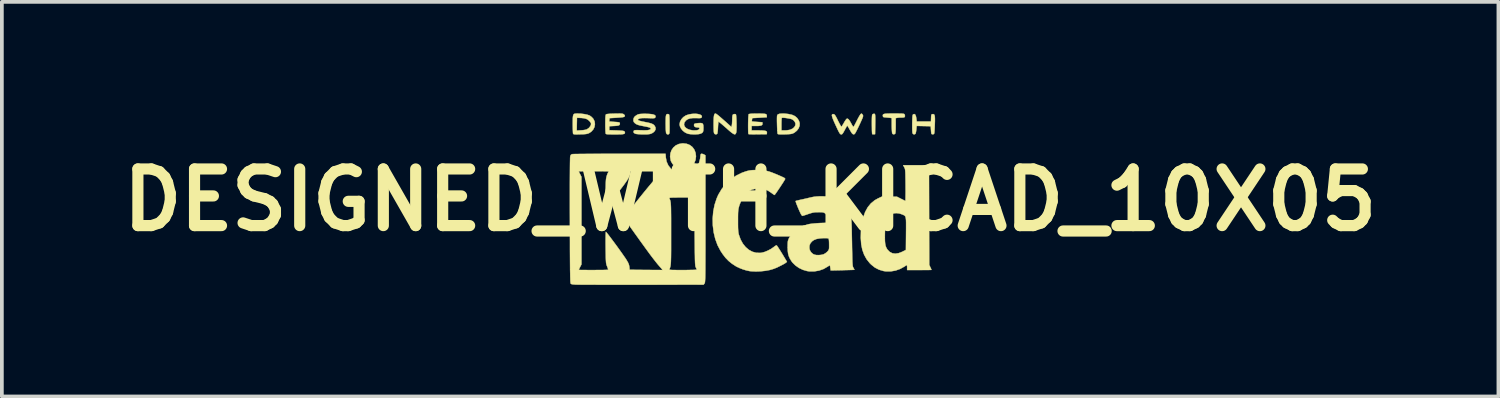
<source format=kicad_pcb>
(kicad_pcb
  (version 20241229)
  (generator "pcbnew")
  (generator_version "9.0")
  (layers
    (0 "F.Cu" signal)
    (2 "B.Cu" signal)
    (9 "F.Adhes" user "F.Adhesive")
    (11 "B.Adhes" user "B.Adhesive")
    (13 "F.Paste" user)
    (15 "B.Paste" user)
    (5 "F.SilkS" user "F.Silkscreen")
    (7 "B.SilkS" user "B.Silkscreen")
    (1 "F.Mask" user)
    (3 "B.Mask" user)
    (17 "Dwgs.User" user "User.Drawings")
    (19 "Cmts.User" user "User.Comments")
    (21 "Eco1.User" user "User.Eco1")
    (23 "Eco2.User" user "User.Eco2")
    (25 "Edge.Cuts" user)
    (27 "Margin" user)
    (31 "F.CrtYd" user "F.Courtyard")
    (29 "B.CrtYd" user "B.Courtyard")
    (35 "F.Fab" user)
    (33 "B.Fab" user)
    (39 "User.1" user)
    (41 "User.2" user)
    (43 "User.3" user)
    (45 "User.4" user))
  (footprint "DESIGNED_WITH_KICAD_10X05"
    (layer "F.Cu")
    (at 17.134 2.331)
    (property "Reference" "DESIGNED_WITH_KICAD_10X05" (at 0 0 0) (layer "F.SilkS") (effects (font (size 1.524 1.524) (thickness 0.3))))
    (attr through_hole)
    (fp_poly (pts (xy 3.348 -2.318) (xy 3.355 -2.312) (xy 3.361 -2.3) (xy 3.364 -2.277) (xy 3.366 -2.24) (xy 3.367 -2.186) (xy 3.367 -2.111) (xy 3.366 -2.04) (xy 3.362 -1.771) (xy 3.328 -1.767) (xy 3.299 -1.768) (xy 3.285 -1.773) (xy 3.282 -1.789) (xy 3.279 -1.827) (xy 3.277 -1.883) (xy 3.276 -1.954) (xy 3.275 -2.033) (xy 3.275 -2.04) (xy 3.275 -2.13) (xy 3.276 -2.196) (xy 3.278 -2.243) (xy 3.281 -2.275) (xy 3.285 -2.294) (xy 3.292 -2.305) (xy 3.3 -2.312) (xy 3.301 -2.312) (xy 3.331 -2.32) (xy 3.348 -2.318)) (stroke (width 0.01) (type solid)) (fill yes) (layer "F.SilkS"))
    (fp_poly (pts (xy -1.707 -1.512) (xy -1.622 -1.478) (xy -1.552 -1.424) (xy -1.5 -1.352) (xy -1.468 -1.266) (xy -1.457 -1.176) (xy -1.469 -1.079) (xy -1.503 -0.994) (xy -1.557 -0.925) (xy -1.628 -0.872) (xy -1.715 -0.84) (xy -1.807 -0.829) (xy -1.866 -0.832) (xy -1.914 -0.843) (xy -1.965 -0.865) (xy -1.967 -0.866) (xy -2.035 -0.913) (xy -2.092 -0.975) (xy -2.13 -1.043) (xy -2.138 -1.066) (xy -2.154 -1.165) (xy -2.145 -1.257) (xy -2.115 -1.34) (xy -2.066 -1.412) (xy -2.001 -1.468) (xy -1.92 -1.506) (xy -1.827 -1.523) (xy -1.805 -1.524) (xy -1.707 -1.512)) (stroke (width 0.01) (type solid)) (fill yes) (layer "F.SilkS"))
    (fp_poly (pts (xy -2.205 -2.311) (xy -2.203 -2.31) (xy -2.192 -2.308) (xy -2.184 -2.303) (xy -2.178 -2.29) (xy -2.175 -2.267) (xy -2.172 -2.229) (xy -2.17 -2.173) (xy -2.169 -2.096) (xy -2.169 -2.065) (xy -2.168 -1.986) (xy -2.168 -1.914) (xy -2.169 -1.855) (xy -2.17 -1.813) (xy -2.172 -1.795) (xy -2.189 -1.77) (xy -2.215 -1.763) (xy -2.242 -1.774) (xy -2.26 -1.799) (xy -2.264 -1.823) (xy -2.268 -1.869) (xy -2.271 -1.932) (xy -2.272 -2.005) (xy -2.273 -2.058) (xy -2.272 -2.148) (xy -2.27 -2.214) (xy -2.266 -2.261) (xy -2.258 -2.29) (xy -2.246 -2.306) (xy -2.228 -2.312) (xy -2.205 -2.311)) (stroke (width 0.01) (type solid)) (fill yes) (layer "F.SilkS"))
    (fp_poly (pts (xy 3.963 -2.326) (xy 4.032 -2.325) (xy 4.081 -2.324) (xy 4.115 -2.321) (xy 4.136 -2.317) (xy 4.148 -2.311) (xy 4.155 -2.303) (xy 4.158 -2.299) (xy 4.166 -2.266) (xy 4.164 -2.245) (xy 4.155 -2.23) (xy 4.136 -2.222) (xy 4.1 -2.219) (xy 4.078 -2.219) (xy 4.027 -2.218) (xy 3.98 -2.214) (xy 3.959 -2.211) (xy 3.917 -2.202) (xy 3.917 -2) (xy 3.916 -1.908) (xy 3.913 -1.843) (xy 3.908 -1.8) (xy 3.901 -1.781) (xy 3.901 -1.781) (xy 3.871 -1.766) (xy 3.84 -1.773) (xy 3.824 -1.79) (xy 3.819 -1.813) (xy 3.815 -1.857) (xy 3.812 -1.917) (xy 3.81 -1.987) (xy 3.81 -2.01) (xy 3.81 -2.204) (xy 3.753 -2.212) (xy 3.701 -2.217) (xy 3.645 -2.222) (xy 3.636 -2.223) (xy 3.598 -2.227) (xy 3.579 -2.236) (xy 3.572 -2.255) (xy 3.572 -2.257) (xy 3.57 -2.279) (xy 3.574 -2.296) (xy 3.586 -2.308) (xy 3.61 -2.316) (xy 3.649 -2.322) (xy 3.706 -2.325) (xy 3.784 -2.326) (xy 3.871 -2.326) (xy 3.963 -2.326)) (stroke (width 0.01) (type solid)) (fill yes) (layer "F.SilkS"))
    (fp_poly (pts (xy 4.442 -2.298) (xy 4.46 -2.257) (xy 4.471 -2.201) (xy 4.483 -2.112) (xy 4.865 -2.112) (xy 4.869 -2.209) (xy 4.871 -2.259) (xy 4.876 -2.288) (xy 4.884 -2.303) (xy 4.898 -2.309) (xy 4.909 -2.31) (xy 4.932 -2.31) (xy 4.949 -2.302) (xy 4.961 -2.282) (xy 4.969 -2.247) (xy 4.972 -2.195) (xy 4.972 -2.122) (xy 4.969 -2.033) (xy 4.966 -1.957) (xy 4.963 -1.889) (xy 4.959 -1.835) (xy 4.955 -1.799) (xy 4.952 -1.787) (xy 4.933 -1.769) (xy 4.908 -1.767) (xy 4.89 -1.771) (xy 4.879 -1.78) (xy 4.873 -1.8) (xy 4.869 -1.837) (xy 4.866 -1.878) (xy 4.859 -1.985) (xy 4.481 -1.993) (xy 4.472 -1.895) (xy 4.465 -1.845) (xy 4.457 -1.805) (xy 4.449 -1.782) (xy 4.449 -1.781) (xy 4.422 -1.766) (xy 4.391 -1.771) (xy 4.372 -1.791) (xy 4.366 -1.816) (xy 4.363 -1.864) (xy 4.361 -1.935) (xy 4.361 -2.024) (xy 4.361 -2.054) (xy 4.363 -2.14) (xy 4.365 -2.203) (xy 4.368 -2.247) (xy 4.372 -2.275) (xy 4.377 -2.293) (xy 4.385 -2.302) (xy 4.388 -2.305) (xy 4.418 -2.313) (xy 4.442 -2.298)) (stroke (width 0.01) (type solid)) (fill yes) (layer "F.SilkS"))
    (fp_poly (pts (xy 0.277 -2.324) (xy 0.337 -2.322) (xy 0.386 -2.319) (xy 0.414 -2.314) (xy 0.44 -2.3) (xy 0.448 -2.273) (xy 0.448 -2.265) (xy 0.448 -2.226) (xy 0.252 -2.214) (xy 0.056 -2.203) (xy 0.05 -2.161) (xy 0.046 -2.131) (xy 0.047 -2.115) (xy 0.047 -2.115) (xy 0.061 -2.112) (xy 0.096 -2.109) (xy 0.146 -2.104) (xy 0.189 -2.101) (xy 0.328 -2.092) (xy 0.332 -2.055) (xy 0.329 -2.029) (xy 0.312 -2.011) (xy 0.277 -1.999) (xy 0.221 -1.993) (xy 0.153 -1.992) (xy 0.04 -1.992) (xy 0.04 -1.872) (xy 0.213 -1.872) (xy 0.301 -1.871) (xy 0.366 -1.867) (xy 0.41 -1.86) (xy 0.437 -1.849) (xy 0.45 -1.833) (xy 0.452 -1.81) (xy 0.452 -1.808) (xy 0.448 -1.771) (xy 0.206 -1.768) (xy 0.129 -1.767) (xy 0.06 -1.767) (xy 0.006 -1.769) (xy -0.031 -1.771) (xy -0.044 -1.773) (xy -0.049 -1.791) (xy -0.052 -1.83) (xy -0.053 -1.885) (xy -0.054 -1.952) (xy -0.054 -2.025) (xy -0.053 -2.099) (xy -0.051 -2.17) (xy -0.048 -2.231) (xy -0.044 -2.278) (xy -0.04 -2.305) (xy -0.037 -2.31) (xy -0.019 -2.315) (xy 0.02 -2.32) (xy 0.075 -2.323) (xy 0.14 -2.325) (xy 0.209 -2.325) (xy 0.277 -2.324)) (stroke (width 0.01) (type solid)) (fill yes) (layer "F.SilkS"))
    (fp_poly (pts (xy -4.552 -2.322) (xy -4.462 -2.311) (xy -4.384 -2.295) (xy -4.325 -2.275) (xy -4.314 -2.269) (xy -4.272 -2.239) (xy -4.232 -2.199) (xy -4.218 -2.181) (xy -4.185 -2.113) (xy -4.176 -2.039) (xy -4.188 -1.966) (xy -4.221 -1.898) (xy -4.273 -1.84) (xy -4.324 -1.805) (xy -4.354 -1.791) (xy -4.383 -1.782) (xy -4.417 -1.775) (xy -4.462 -1.771) (xy -4.525 -1.768) (xy -4.573 -1.767) (xy -4.647 -1.765) (xy -4.698 -1.765) (xy -4.732 -1.767) (xy -4.751 -1.772) (xy -4.761 -1.779) (xy -4.764 -1.785) (xy -4.767 -1.805) (xy -4.769 -1.847) (xy -4.77 -1.868) (xy -4.666 -1.868) (xy -4.549 -1.875) (xy -4.486 -1.88) (xy -4.432 -1.889) (xy -4.395 -1.9) (xy -4.391 -1.902) (xy -4.335 -1.942) (xy -4.297 -1.991) (xy -4.283 -2.028) (xy -4.281 -2.056) (xy -4.291 -2.082) (xy -4.317 -2.115) (xy -4.323 -2.122) (xy -4.363 -2.158) (xy -4.409 -2.183) (xy -4.467 -2.199) (xy -4.544 -2.207) (xy -4.565 -2.208) (xy -4.659 -2.212) (xy -4.663 -2.04) (xy -4.666 -1.868) (xy -4.77 -1.868) (xy -4.771 -1.906) (xy -4.772 -1.978) (xy -4.773 -2.046) (xy -4.772 -2.139) (xy -4.771 -2.209) (xy -4.766 -2.259) (xy -4.757 -2.292) (xy -4.742 -2.312) (xy -4.72 -2.322) (xy -4.689 -2.325) (xy -4.648 -2.326) (xy -4.552 -2.322)) (stroke (width 0.01) (type solid)) (fill yes) (layer "F.SilkS"))
    (fp_poly (pts (xy 0.928 -2.324) (xy 1.022 -2.314) (xy 1.033 -2.312) (xy 1.13 -2.291) (xy 1.206 -2.256) (xy 1.265 -2.205) (xy 1.311 -2.136) (xy 1.333 -2.067) (xy 1.33 -1.997) (xy 1.304 -1.928) (xy 1.257 -1.865) (xy 1.191 -1.812) (xy 1.17 -1.801) (xy 1.143 -1.788) (xy 1.114 -1.78) (xy 1.075 -1.774) (xy 1.021 -1.77) (xy 0.947 -1.767) (xy 0.934 -1.767) (xy 0.857 -1.766) (xy 0.802 -1.766) (xy 0.767 -1.769) (xy 0.747 -1.774) (xy 0.74 -1.78) (xy 0.736 -1.799) (xy 0.732 -1.839) (xy 0.729 -1.898) (xy 0.726 -1.969) (xy 0.724 -2.038) (xy 0.842 -2.038) (xy 0.842 -1.872) (xy 0.927 -1.872) (xy 0.986 -1.875) (xy 1.046 -1.884) (xy 1.078 -1.891) (xy 1.146 -1.922) (xy 1.193 -1.967) (xy 1.216 -2.01) (xy 1.22 -2.056) (xy 1.202 -2.104) (xy 1.166 -2.146) (xy 1.132 -2.169) (xy 1.101 -2.181) (xy 1.054 -2.191) (xy 0.999 -2.201) (xy 0.944 -2.209) (xy 0.896 -2.213) (xy 0.862 -2.212) (xy 0.852 -2.21) (xy 0.848 -2.195) (xy 0.845 -2.159) (xy 0.843 -2.107) (xy 0.842 -2.043) (xy 0.842 -2.038) (xy 0.724 -2.038) (xy 0.724 -2.04) (xy 0.722 -2.126) (xy 0.722 -2.189) (xy 0.723 -2.234) (xy 0.725 -2.263) (xy 0.73 -2.282) (xy 0.737 -2.293) (xy 0.746 -2.302) (xy 0.75 -2.304) (xy 0.789 -2.319) (xy 0.849 -2.325) (xy 0.928 -2.324)) (stroke (width 0.01) (type solid)) (fill yes) (layer "F.SilkS"))
    (fp_poly (pts (xy -0.918 -2.32) (xy -0.891 -2.302) (xy -0.849 -2.269) (xy -0.793 -2.221) (xy -0.72 -2.157) (xy -0.648 -2.094) (xy -0.501 -1.962) (xy -0.492 -2.014) (xy -0.487 -2.053) (xy -0.484 -2.107) (xy -0.482 -2.166) (xy -0.482 -2.173) (xy -0.48 -2.232) (xy -0.474 -2.275) (xy -0.465 -2.297) (xy -0.441 -2.309) (xy -0.411 -2.312) (xy -0.387 -2.307) (xy -0.383 -2.303) (xy -0.378 -2.282) (xy -0.374 -2.24) (xy -0.37 -2.182) (xy -0.368 -2.114) (xy -0.366 -2.043) (xy -0.366 -1.972) (xy -0.367 -1.909) (xy -0.369 -1.858) (xy -0.372 -1.825) (xy -0.373 -1.821) (xy -0.383 -1.792) (xy -0.396 -1.773) (xy -0.413 -1.766) (xy -0.438 -1.773) (xy -0.473 -1.794) (xy -0.521 -1.83) (xy -0.583 -1.883) (xy -0.647 -1.94) (xy -0.708 -1.993) (xy -0.761 -2.039) (xy -0.805 -2.075) (xy -0.836 -2.099) (xy -0.851 -2.108) (xy -0.851 -2.108) (xy -0.855 -2.092) (xy -0.859 -2.055) (xy -0.863 -2.003) (xy -0.866 -1.949) (xy -0.869 -1.887) (xy -0.875 -1.834) (xy -0.881 -1.797) (xy -0.886 -1.781) (xy -0.913 -1.766) (xy -0.945 -1.771) (xy -0.964 -1.787) (xy -0.971 -1.802) (xy -0.977 -1.831) (xy -0.98 -1.877) (xy -0.982 -1.942) (xy -0.983 -2.031) (xy -0.983 -2.037) (xy -0.982 -2.136) (xy -0.979 -2.211) (xy -0.973 -2.265) (xy -0.964 -2.3) (xy -0.952 -2.32) (xy -0.935 -2.326) (xy -0.933 -2.326) (xy -0.918 -2.32)) (stroke (width 0.01) (type solid)) (fill yes) (layer "F.SilkS"))
    (fp_poly (pts (xy -1.43 -2.317) (xy -1.374 -2.306) (xy -1.331 -2.29) (xy -1.304 -2.268) (xy -1.298 -2.241) (xy -1.305 -2.223) (xy -1.315 -2.211) (xy -1.333 -2.205) (xy -1.364 -2.202) (xy -1.414 -2.203) (xy -1.446 -2.204) (xy -1.541 -2.204) (xy -1.616 -2.195) (xy -1.674 -2.175) (xy -1.721 -2.145) (xy -1.734 -2.132) (xy -1.769 -2.084) (xy -1.779 -2.035) (xy -1.768 -1.988) (xy -1.736 -1.946) (xy -1.685 -1.912) (xy -1.619 -1.887) (xy -1.539 -1.873) (xy -1.499 -1.872) (xy -1.431 -1.876) (xy -1.386 -1.891) (xy -1.365 -1.914) (xy -1.364 -1.925) (xy -1.369 -1.943) (xy -1.388 -1.951) (xy -1.411 -1.952) (xy -1.466 -1.959) (xy -1.5 -1.979) (xy -1.511 -2.012) (xy -1.508 -2.034) (xy -1.498 -2.049) (xy -1.475 -2.058) (xy -1.433 -2.064) (xy -1.4 -2.068) (xy -1.337 -2.071) (xy -1.295 -2.066) (xy -1.271 -2.047) (xy -1.26 -2.01) (xy -1.257 -1.953) (xy -1.257 -1.94) (xy -1.259 -1.879) (xy -1.267 -1.838) (xy -1.285 -1.811) (xy -1.316 -1.792) (xy -1.349 -1.78) (xy -1.394 -1.771) (xy -1.456 -1.767) (xy -1.526 -1.766) (xy -1.596 -1.77) (xy -1.656 -1.778) (xy -1.684 -1.785) (xy -1.752 -1.817) (xy -1.812 -1.864) (xy -1.859 -1.922) (xy -1.89 -1.985) (xy -1.898 -2.037) (xy -1.886 -2.104) (xy -1.851 -2.17) (xy -1.799 -2.228) (xy -1.734 -2.272) (xy -1.705 -2.284) (xy -1.636 -2.305) (xy -1.565 -2.316) (xy -1.495 -2.32) (xy -1.43 -2.317)) (stroke (width 0.01) (type solid)) (fill yes) (layer "F.SilkS"))
    (fp_poly (pts (xy -3.463 -2.324) (xy -3.435 -2.321) (xy -3.416 -2.315) (xy -3.401 -2.306) (xy -3.395 -2.301) (xy -3.373 -2.279) (xy -3.372 -2.26) (xy -3.377 -2.25) (xy -3.386 -2.24) (xy -3.404 -2.233) (xy -3.433 -2.227) (xy -3.478 -2.222) (xy -3.544 -2.217) (xy -3.586 -2.214) (xy -3.781 -2.202) (xy -3.787 -2.161) (xy -3.79 -2.13) (xy -3.79 -2.115) (xy -3.79 -2.115) (xy -3.776 -2.112) (xy -3.741 -2.109) (xy -3.691 -2.104) (xy -3.648 -2.101) (xy -3.585 -2.097) (xy -3.545 -2.092) (xy -3.521 -2.086) (xy -3.51 -2.078) (xy -3.506 -2.065) (xy -3.506 -2.038) (xy -3.517 -2.018) (xy -3.542 -2.005) (xy -3.586 -1.997) (xy -3.653 -1.992) (xy -3.659 -1.992) (xy -3.79 -1.985) (xy -3.79 -1.878) (xy -3.592 -1.872) (xy -3.51 -1.868) (xy -3.451 -1.864) (xy -3.41 -1.858) (xy -3.386 -1.848) (xy -3.374 -1.835) (xy -3.369 -1.817) (xy -3.369 -1.811) (xy -3.372 -1.795) (xy -3.383 -1.783) (xy -3.405 -1.775) (xy -3.442 -1.769) (xy -3.497 -1.766) (xy -3.573 -1.765) (xy -3.639 -1.765) (xy -3.725 -1.765) (xy -3.788 -1.766) (xy -3.832 -1.768) (xy -3.86 -1.771) (xy -3.876 -1.776) (xy -3.885 -1.783) (xy -3.887 -1.788) (xy -3.89 -1.809) (xy -3.893 -1.851) (xy -3.895 -1.911) (xy -3.897 -1.982) (xy -3.897 -2.048) (xy -3.896 -2.141) (xy -3.895 -2.21) (xy -3.891 -2.258) (xy -3.886 -2.288) (xy -3.88 -2.302) (xy -3.863 -2.31) (xy -3.827 -2.315) (xy -3.77 -2.32) (xy -3.69 -2.323) (xy -3.645 -2.324) (xy -3.564 -2.325) (xy -3.504 -2.326) (xy -3.463 -2.324)) (stroke (width 0.01) (type solid)) (fill yes) (layer "F.SilkS"))
    (fp_poly (pts (xy -2.717 -2.316) (xy -2.638 -2.308) (xy -2.583 -2.293) (xy -2.552 -2.273) (xy -2.544 -2.245) (xy -2.553 -2.22) (xy -2.56 -2.21) (xy -2.573 -2.204) (xy -2.596 -2.2) (xy -2.634 -2.199) (xy -2.69 -2.201) (xy -2.744 -2.203) (xy -2.841 -2.205) (xy -2.913 -2.203) (xy -2.962 -2.196) (xy -2.972 -2.193) (xy -3.01 -2.177) (xy -3.022 -2.16) (xy -3.007 -2.144) (xy -2.966 -2.128) (xy -2.899 -2.111) (xy -2.867 -2.105) (xy -2.775 -2.087) (xy -2.706 -2.071) (xy -2.655 -2.056) (xy -2.618 -2.039) (xy -2.591 -2.021) (xy -2.575 -2.004) (xy -2.547 -1.954) (xy -2.544 -1.904) (xy -2.566 -1.856) (xy -2.611 -1.813) (xy -2.653 -1.79) (xy -2.682 -1.779) (xy -2.718 -1.772) (xy -2.765 -1.767) (xy -2.829 -1.766) (xy -2.874 -1.766) (xy -2.945 -1.767) (xy -3.009 -1.771) (xy -3.059 -1.776) (xy -3.088 -1.782) (xy -3.125 -1.803) (xy -3.14 -1.831) (xy -3.13 -1.862) (xy -3.128 -1.866) (xy -3.116 -1.874) (xy -3.096 -1.878) (xy -3.061 -1.88) (xy -3.008 -1.879) (xy -2.942 -1.876) (xy -2.838 -1.874) (xy -2.759 -1.878) (xy -2.705 -1.889) (xy -2.678 -1.907) (xy -2.674 -1.92) (xy -2.679 -1.934) (xy -2.696 -1.946) (xy -2.729 -1.958) (xy -2.782 -1.97) (xy -2.855 -1.985) (xy -2.935 -2) (xy -2.994 -2.014) (xy -3.037 -2.029) (xy -3.071 -2.045) (xy -3.099 -2.066) (xy -3.102 -2.068) (xy -3.131 -2.1) (xy -3.141 -2.137) (xy -3.142 -2.151) (xy -3.133 -2.204) (xy -3.103 -2.248) (xy -3.051 -2.285) (xy -3.044 -2.289) (xy -3.016 -2.302) (xy -2.988 -2.31) (xy -2.951 -2.315) (xy -2.901 -2.318) (xy -2.831 -2.319) (xy -2.821 -2.319) (xy -2.717 -2.316)) (stroke (width 0.01) (type solid)) (fill yes) (layer "F.SilkS"))
    (fp_poly (pts (xy 3.006 -2.32) (xy 3.022 -2.302) (xy 3.036 -2.28) (xy 3.039 -2.259) (xy 3.031 -2.227) (xy 3.027 -2.217) (xy 3.015 -2.186) (xy 2.993 -2.137) (xy 2.965 -2.075) (xy 2.932 -2.005) (xy 2.912 -1.963) (xy 2.876 -1.889) (xy 2.849 -1.836) (xy 2.83 -1.801) (xy 2.814 -1.78) (xy 2.802 -1.77) (xy 2.789 -1.767) (xy 2.782 -1.767) (xy 2.762 -1.774) (xy 2.742 -1.792) (xy 2.719 -1.825) (xy 2.688 -1.878) (xy 2.685 -1.882) (xy 2.658 -1.931) (xy 2.635 -1.97) (xy 2.62 -1.995) (xy 2.616 -2) (xy 2.608 -1.992) (xy 2.59 -1.965) (xy 2.566 -1.923) (xy 2.547 -1.886) (xy 2.516 -1.83) (xy 2.494 -1.793) (xy 2.476 -1.773) (xy 2.46 -1.765) (xy 2.452 -1.765) (xy 2.433 -1.769) (xy 2.415 -1.786) (xy 2.394 -1.819) (xy 2.375 -1.855) (xy 2.351 -1.904) (xy 2.321 -1.969) (xy 2.288 -2.04) (xy 2.26 -2.102) (xy 2.227 -2.18) (xy 2.207 -2.238) (xy 2.199 -2.277) (xy 2.204 -2.3) (xy 2.222 -2.31) (xy 2.244 -2.31) (xy 2.259 -2.306) (xy 2.274 -2.294) (xy 2.291 -2.272) (xy 2.313 -2.235) (xy 2.342 -2.179) (xy 2.361 -2.139) (xy 2.392 -2.079) (xy 2.419 -2.028) (xy 2.44 -1.991) (xy 2.452 -1.973) (xy 2.454 -1.972) (xy 2.466 -1.983) (xy 2.485 -2.012) (xy 2.511 -2.054) (xy 2.52 -2.071) (xy 2.548 -2.119) (xy 2.574 -2.157) (xy 2.593 -2.181) (xy 2.597 -2.184) (xy 2.619 -2.189) (xy 2.644 -2.174) (xy 2.674 -2.138) (xy 2.709 -2.078) (xy 2.72 -2.058) (xy 2.744 -2.014) (xy 2.764 -1.982) (xy 2.777 -1.966) (xy 2.778 -1.965) (xy 2.788 -1.976) (xy 2.806 -2.007) (xy 2.831 -2.054) (xy 2.86 -2.111) (xy 2.868 -2.127) (xy 2.899 -2.188) (xy 2.929 -2.243) (xy 2.954 -2.284) (xy 2.97 -2.308) (xy 2.972 -2.31) (xy 2.991 -2.324) (xy 3.006 -2.32)) (stroke (width 0.01) (type solid)) (fill yes) (layer "F.SilkS"))
    (fp_poly (pts (xy 4.819 1.745) (xy 4.849 1.81) (xy 4.866 1.847) (xy 4.877 1.873) (xy 4.879 1.88) (xy 4.867 1.881) (xy 4.831 1.883) (xy 4.775 1.884) (xy 4.704 1.884) (xy 4.621 1.885) (xy 4.552 1.885) (xy 4.224 1.885) (xy 4.224 1.818) (xy 4.223 1.78) (xy 4.22 1.756) (xy 4.217 1.751) (xy 4.202 1.758) (xy 4.174 1.776) (xy 4.15 1.792) (xy 4.036 1.855) (xy 3.912 1.899) (xy 3.783 1.921) (xy 3.655 1.921) (xy 3.589 1.911) (xy 3.467 1.875) (xy 3.357 1.818) (xy 3.257 1.738) (xy 3.217 1.698) (xy 3.132 1.591) (xy 3.067 1.472) (xy 3.019 1.34) (xy 2.989 1.192) (xy 2.977 1.027) (xy 2.977 1.016) (xy 3.625 1.016) (xy 3.627 1.104) (xy 3.633 1.173) (xy 3.644 1.23) (xy 3.661 1.277) (xy 3.684 1.318) (xy 3.699 1.34) (xy 3.757 1.398) (xy 3.826 1.433) (xy 3.906 1.444) (xy 3.995 1.431) (xy 4.091 1.394) (xy 4.099 1.39) (xy 4.191 1.343) (xy 4.195 0.903) (xy 4.196 0.78) (xy 4.196 0.68) (xy 4.196 0.601) (xy 4.194 0.54) (xy 4.189 0.494) (xy 4.182 0.462) (xy 4.172 0.438) (xy 4.157 0.422) (xy 4.138 0.409) (xy 4.114 0.398) (xy 4.086 0.386) (xy 4.012 0.362) (xy 3.934 0.353) (xy 3.862 0.36) (xy 3.803 0.381) (xy 3.794 0.386) (xy 3.738 0.437) (xy 3.692 0.506) (xy 3.659 0.585) (xy 3.649 0.619) (xy 3.641 0.656) (xy 3.635 0.702) (xy 3.631 0.761) (xy 3.628 0.84) (xy 3.626 0.906) (xy 3.625 1.016) (xy 2.977 1.016) (xy 2.981 0.842) (xy 2.982 0.827) (xy 3.004 0.637) (xy 3.042 0.469) (xy 3.095 0.322) (xy 3.164 0.196) (xy 3.249 0.092) (xy 3.35 0.009) (xy 3.431 -0.037) (xy 3.536 -0.087) (xy 3.952 -0.087) (xy 4.058 -0.033) (xy 4.107 -0.009) (xy 4.146 0.011) (xy 4.171 0.023) (xy 4.175 0.025) (xy 4.178 0.013) (xy 4.18 -0.022) (xy 4.181 -0.078) (xy 4.182 -0.151) (xy 4.183 -0.238) (xy 4.182 -0.337) (xy 4.182 -0.396) (xy 4.181 -0.514) (xy 4.179 -0.609) (xy 4.178 -0.683) (xy 4.176 -0.74) (xy 4.173 -0.782) (xy 4.17 -0.813) (xy 4.165 -0.837) (xy 4.159 -0.855) (xy 4.151 -0.871) (xy 4.147 -0.879) (xy 4.117 -0.936) (xy 4.812 -0.936) (xy 4.819 1.745)) (stroke (width 0.01) (type solid)) (fill yes) (layer "F.SilkS"))
    (fp_poly (pts (xy 0.257 -0.806) (xy 0.325 -0.802) (xy 0.389 -0.794) (xy 0.453 -0.781) (xy 0.521 -0.762) (xy 0.597 -0.735) (xy 0.686 -0.699) (xy 0.793 -0.654) (xy 0.866 -0.621) (xy 0.913 -0.599) (xy 0.937 -0.581) (xy 0.943 -0.566) (xy 0.942 -0.563) (xy 0.932 -0.544) (xy 0.91 -0.508) (xy 0.88 -0.46) (xy 0.843 -0.404) (xy 0.804 -0.344) (xy 0.764 -0.285) (xy 0.727 -0.23) (xy 0.695 -0.184) (xy 0.671 -0.151) (xy 0.658 -0.135) (xy 0.657 -0.134) (xy 0.642 -0.141) (xy 0.613 -0.161) (xy 0.574 -0.189) (xy 0.568 -0.194) (xy 0.483 -0.25) (xy 0.402 -0.285) (xy 0.315 -0.303) (xy 0.234 -0.307) (xy 0.13 -0.3) (xy 0.041 -0.277) (xy -0.037 -0.236) (xy -0.098 -0.187) (xy -0.17 -0.105) (xy -0.232 -0.000151) (xy -0.283 0.124) (xy -0.297 0.168) (xy -0.307 0.206) (xy -0.315 0.242) (xy -0.32 0.28) (xy -0.324 0.325) (xy -0.326 0.383) (xy -0.327 0.457) (xy -0.327 0.553) (xy -0.327 0.561) (xy -0.327 0.663) (xy -0.326 0.743) (xy -0.323 0.805) (xy -0.319 0.853) (xy -0.313 0.893) (xy -0.305 0.928) (xy -0.303 0.936) (xy -0.257 1.064) (xy -0.196 1.174) (xy -0.121 1.267) (xy -0.036 1.34) (xy 0.059 1.392) (xy 0.161 1.42) (xy 0.268 1.424) (xy 0.315 1.418) (xy 0.393 1.397) (xy 0.479 1.361) (xy 0.562 1.317) (xy 0.631 1.269) (xy 0.639 1.263) (xy 0.673 1.237) (xy 0.7 1.222) (xy 0.712 1.22) (xy 0.724 1.233) (xy 0.747 1.266) (xy 0.778 1.314) (xy 0.816 1.374) (xy 0.858 1.442) (xy 0.86 1.445) (xy 0.991 1.664) (xy 0.96 1.689) (xy 0.928 1.711) (xy 0.877 1.739) (xy 0.815 1.771) (xy 0.748 1.804) (xy 0.682 1.833) (xy 0.631 1.853) (xy 0.531 1.883) (xy 0.412 1.905) (xy 0.284 1.919) (xy 0.155 1.924) (xy 0.032 1.918) (xy -0.022 1.912) (xy -0.103 1.894) (xy -0.195 1.866) (xy -0.285 1.831) (xy -0.364 1.794) (xy -0.383 1.783) (xy -0.49 1.713) (xy -0.58 1.64) (xy -0.661 1.557) (xy -0.737 1.458) (xy -0.795 1.371) (xy -0.876 1.218) (xy -0.938 1.049) (xy -0.981 0.871) (xy -1.004 0.685) (xy -1.008 0.497) (xy -0.992 0.31) (xy -0.956 0.128) (xy -0.899 -0.045) (xy -0.857 -0.14) (xy -0.765 -0.295) (xy -0.654 -0.434) (xy -0.524 -0.554) (xy -0.379 -0.654) (xy -0.219 -0.733) (xy -0.113 -0.77) (xy -0.056 -0.786) (xy -0.006 -0.796) (xy 0.046 -0.802) (xy 0.108 -0.805) (xy 0.18 -0.806) (xy 0.257 -0.806)) (stroke (width 0.01) (type solid)) (fill yes) (layer "F.SilkS"))
    (fp_poly (pts (xy 1.952 -0.098) (xy 2.064 -0.096) (xy 2.153 -0.09) (xy 2.222 -0.079) (xy 2.236 -0.076) (xy 2.359 -0.035) (xy 2.467 0.023) (xy 2.557 0.097) (xy 2.626 0.184) (xy 2.651 0.23) (xy 2.668 0.266) (xy 2.682 0.3) (xy 2.693 0.334) (xy 2.703 0.372) (xy 2.711 0.415) (xy 2.718 0.467) (xy 2.723 0.53) (xy 2.727 0.606) (xy 2.731 0.698) (xy 2.734 0.809) (xy 2.736 0.941) (xy 2.739 1.096) (xy 2.74 1.126) (xy 2.742 1.275) (xy 2.745 1.4) (xy 2.747 1.503) (xy 2.749 1.586) (xy 2.751 1.651) (xy 2.754 1.702) (xy 2.757 1.741) (xy 2.76 1.769) (xy 2.764 1.79) (xy 2.769 1.806) (xy 2.775 1.818) (xy 2.78 1.826) (xy 2.797 1.857) (xy 2.805 1.876) (xy 2.805 1.878) (xy 2.791 1.879) (xy 2.754 1.881) (xy 2.698 1.883) (xy 2.626 1.885) (xy 2.543 1.887) (xy 2.484 1.889) (xy 2.167 1.896) (xy 2.159 1.834) (xy 2.153 1.794) (xy 2.149 1.767) (xy 2.148 1.761) (xy 2.137 1.762) (xy 2.111 1.776) (xy 2.086 1.792) (xy 1.977 1.856) (xy 1.855 1.899) (xy 1.726 1.921) (xy 1.596 1.921) (xy 1.53 1.911) (xy 1.418 1.878) (xy 1.312 1.827) (xy 1.217 1.76) (xy 1.139 1.683) (xy 1.109 1.642) (xy 1.068 1.574) (xy 1.04 1.511) (xy 1.022 1.447) (xy 1.013 1.372) (xy 1.009 1.283) (xy 1.592 1.283) (xy 1.605 1.347) (xy 1.638 1.405) (xy 1.689 1.451) (xy 1.725 1.469) (xy 1.777 1.481) (xy 1.843 1.483) (xy 1.911 1.477) (xy 1.971 1.463) (xy 1.987 1.456) (xy 2.033 1.428) (xy 2.076 1.392) (xy 2.085 1.382) (xy 2.103 1.36) (xy 2.115 1.34) (xy 2.122 1.315) (xy 2.125 1.279) (xy 2.125 1.225) (xy 2.125 1.199) (xy 2.124 1.14) (xy 2.121 1.089) (xy 2.116 1.054) (xy 2.113 1.043) (xy 2.101 1.033) (xy 2.077 1.028) (xy 2.037 1.026) (xy 1.976 1.026) (xy 1.973 1.026) (xy 1.87 1.034) (xy 1.788 1.049) (xy 1.722 1.075) (xy 1.676 1.104) (xy 1.627 1.156) (xy 1.599 1.217) (xy 1.592 1.283) (xy 1.009 1.283) (xy 1.009 1.281) (xy 1.009 1.263) (xy 1.01 1.194) (xy 1.012 1.144) (xy 1.016 1.107) (xy 1.025 1.076) (xy 1.039 1.042) (xy 1.053 1.014) (xy 1.115 0.918) (xy 1.198 0.832) (xy 1.301 0.758) (xy 1.42 0.699) (xy 1.55 0.657) (xy 1.591 0.648) (xy 1.646 0.64) (xy 1.719 0.632) (xy 1.803 0.625) (xy 1.888 0.62) (xy 1.92 0.619) (xy 2.136 0.611) (xy 2.12 0.543) (xy 2.094 0.462) (xy 2.061 0.403) (xy 2.016 0.359) (xy 2.015 0.359) (xy 1.992 0.344) (xy 1.968 0.335) (xy 1.935 0.33) (xy 1.887 0.328) (xy 1.838 0.328) (xy 1.774 0.329) (xy 1.722 0.334) (xy 1.674 0.343) (xy 1.619 0.359) (xy 1.562 0.378) (xy 1.504 0.398) (xy 1.454 0.414) (xy 1.419 0.425) (xy 1.405 0.428) (xy 1.391 0.417) (xy 1.372 0.389) (xy 1.362 0.372) (xy 1.34 0.325) (xy 1.315 0.269) (xy 1.289 0.209) (xy 1.265 0.15) (xy 1.245 0.098) (xy 1.23 0.057) (xy 1.224 0.033) (xy 1.224 0.028) (xy 1.24 0.022) (xy 1.275 0.013) (xy 1.322 0.002) (xy 1.334 -0.001) (xy 1.39 -0.013) (xy 1.462 -0.029) (xy 1.54 -0.047) (xy 1.598 -0.061) (xy 1.669 -0.077) (xy 1.73 -0.088) (xy 1.788 -0.094) (xy 1.854 -0.098) (xy 1.936 -0.098) (xy 1.952 -0.098)) (stroke (width 0.01) (type solid)) (fill yes) (layer "F.SilkS"))
    (fp_poly (pts (xy -1.266 -1.236) (xy -1.236 -1.222) (xy -1.203 -1.2) (xy -1.203 0.508) (xy -1.203 0.757) (xy -1.203 0.98) (xy -1.203 1.18) (xy -1.203 1.357) (xy -1.204 1.512) (xy -1.204 1.648) (xy -1.205 1.766) (xy -1.205 1.866) (xy -1.206 1.951) (xy -1.207 2.022) (xy -1.208 2.08) (xy -1.21 2.126) (xy -1.212 2.163) (xy -1.214 2.19) (xy -1.216 2.211) (xy -1.219 2.225) (xy -1.222 2.235) (xy -1.225 2.242) (xy -1.229 2.248) (xy -1.229 2.248) (xy -1.254 2.279) (xy -2.93 2.28) (xy -3.141 2.28) (xy -3.347 2.28) (xy -3.544 2.28) (xy -3.732 2.28) (xy -3.909 2.28) (xy -4.073 2.28) (xy -4.222 2.279) (xy -4.354 2.279) (xy -4.469 2.279) (xy -4.563 2.278) (xy -4.636 2.278) (xy -4.685 2.277) (xy -4.708 2.276) (xy -4.769 2.271) (xy -4.808 2.263) (xy -4.828 2.25) (xy -4.831 2.243) (xy -4.833 2.227) (xy -4.836 2.202) (xy -4.838 2.166) (xy -4.839 2.117) (xy -4.841 2.056) (xy -4.842 1.979) (xy -4.844 1.887) (xy -4.845 1.777) (xy -4.846 1.649) (xy -4.847 1.501) (xy -4.848 1.332) (xy -4.848 1.14) (xy -4.849 0.925) (xy -4.85 0.686) (xy -4.85 0.549) (xy -4.851 0.266) (xy -4.851 0.008) (xy -4.851 -0.223) (xy -4.851 -0.428) (xy -4.85 -0.608) (xy -4.849 -0.763) (xy -4.849 -0.77) (xy -4.612 -0.77) (xy -4.606 -0.756) (xy -4.592 -0.726) (xy -4.575 -0.694) (xy -4.539 -0.623) (xy -4.539 1.732) (xy -4.575 1.803) (xy -4.595 1.842) (xy -4.608 1.87) (xy -4.612 1.879) (xy -4.599 1.881) (xy -4.564 1.883) (xy -4.51 1.884) (xy -4.441 1.884) (xy -4.362 1.885) (xy -4.275 1.885) (xy -4.186 1.885) (xy -4.099 1.884) (xy -4.017 1.884) (xy -3.944 1.883) (xy -3.885 1.881) (xy -3.843 1.88) (xy -3.822 1.878) (xy -3.821 1.878) (xy -3.822 1.863) (xy -3.832 1.83) (xy -3.848 1.788) (xy -3.848 1.788) (xy -3.858 1.764) (xy -3.865 1.742) (xy -3.871 1.719) (xy -3.876 1.69) (xy -3.879 1.654) (xy -3.882 1.606) (xy -3.884 1.544) (xy -3.885 1.464) (xy -3.887 1.362) (xy -3.888 1.28) (xy -3.889 1.177) (xy -3.889 1.082) (xy -3.888 1) (xy -3.887 0.934) (xy -3.885 0.886) (xy -3.883 0.86) (xy -3.881 0.856) (xy -3.871 0.866) (xy -3.846 0.896) (xy -3.811 0.941) (xy -3.767 0.999) (xy -3.716 1.067) (xy -3.66 1.142) (xy -3.602 1.221) (xy -3.544 1.301) (xy -3.488 1.379) (xy -3.436 1.452) (xy -3.391 1.517) (xy -3.353 1.571) (xy -3.327 1.612) (xy -3.324 1.617) (xy -3.288 1.679) (xy -3.266 1.728) (xy -3.254 1.774) (xy -3.25 1.801) (xy -3.242 1.878) (xy -2.797 1.882) (xy -2.352 1.885) (xy -2.366 1.868) (xy -2.174 1.868) (xy -2.17 1.874) (xy -2.157 1.878) (xy -2.134 1.881) (xy -2.097 1.883) (xy -2.043 1.884) (xy -1.969 1.885) (xy -1.873 1.885) (xy -1.814 1.885) (xy -1.717 1.885) (xy -1.63 1.883) (xy -1.554 1.882) (xy -1.495 1.88) (xy -1.456 1.877) (xy -1.439 1.874) (xy -1.439 1.874) (xy -1.441 1.857) (xy -1.454 1.827) (xy -1.458 1.819) (xy -1.464 1.81) (xy -1.468 1.799) (xy -1.472 1.784) (xy -1.475 1.764) (xy -1.478 1.736) (xy -1.481 1.699) (xy -1.483 1.65) (xy -1.485 1.588) (xy -1.486 1.511) (xy -1.488 1.417) (xy -1.489 1.303) (xy -1.49 1.168) (xy -1.492 1.01) (xy -1.493 0.854) (xy -1.502 -0.067) (xy -1.842 -0.067) (xy -1.946 -0.067) (xy -2.026 -0.066) (xy -2.085 -0.065) (xy -2.127 -0.064) (xy -2.153 -0.061) (xy -2.168 -0.057) (xy -2.173 -0.052) (xy -2.173 -0.045) (xy -2.172 -0.043) (xy -2.163 -0.021) (xy -2.155 -0.001) (xy -2.148 0.021) (xy -2.143 0.047) (xy -2.138 0.077) (xy -2.135 0.116) (xy -2.132 0.164) (xy -2.13 0.225) (xy -2.129 0.299) (xy -2.128 0.39) (xy -2.127 0.5) (xy -2.127 0.63) (xy -2.127 0.783) (xy -2.127 0.909) (xy -2.127 1.08) (xy -2.127 1.227) (xy -2.127 1.351) (xy -2.128 1.455) (xy -2.129 1.542) (xy -2.131 1.612) (xy -2.133 1.669) (xy -2.136 1.714) (xy -2.14 1.75) (xy -2.144 1.779) (xy -2.15 1.803) (xy -2.157 1.825) (xy -2.165 1.846) (xy -2.172 1.862) (xy -2.174 1.868) (xy -2.366 1.868) (xy -2.454 1.768) (xy -2.494 1.721) (xy -2.545 1.657) (xy -2.603 1.583) (xy -2.664 1.503) (xy -2.724 1.423) (xy -2.733 1.41) (xy -2.806 1.31) (xy -2.882 1.205) (xy -2.958 1.1) (xy -3.033 0.995) (xy -3.105 0.895) (xy -3.172 0.801) (xy -3.233 0.716) (xy -3.284 0.642) (xy -3.325 0.583) (xy -3.354 0.541) (xy -3.368 0.519) (xy -3.396 0.471) (xy -3.24 0.272) (xy -3.099 0.095) (xy -2.969 -0.068) (xy -2.851 -0.214) (xy -2.745 -0.343) (xy -2.652 -0.454) (xy -2.573 -0.547) (xy -2.508 -0.621) (xy -2.458 -0.675) (xy -2.427 -0.705) (xy -2.395 -0.734) (xy -2.373 -0.757) (xy -2.366 -0.767) (xy -2.379 -0.769) (xy -2.415 -0.771) (xy -2.472 -0.773) (xy -2.546 -0.774) (xy -2.635 -0.775) (xy -2.734 -0.775) (xy -2.794 -0.775) (xy -3.222 -0.775) (xy -3.222 -0.742) (xy -3.233 -0.683) (xy -3.265 -0.607) (xy -3.318 -0.517) (xy -3.392 -0.413) (xy -3.458 -0.326) (xy -3.526 -0.238) (xy -3.594 -0.151) (xy -3.658 -0.068) (xy -3.719 0.008) (xy -3.772 0.075) (xy -3.817 0.13) (xy -3.852 0.171) (xy -3.873 0.195) (xy -3.88 0.201) (xy -3.883 0.188) (xy -3.886 0.152) (xy -3.888 0.098) (xy -3.889 0.03) (xy -3.89 -0.049) (xy -3.89 -0.135) (xy -3.889 -0.223) (xy -3.888 -0.31) (xy -3.886 -0.391) (xy -3.884 -0.463) (xy -3.881 -0.521) (xy -3.877 -0.561) (xy -3.877 -0.565) (xy -3.866 -0.621) (xy -3.85 -0.675) (xy -3.837 -0.709) (xy -3.82 -0.742) (xy -3.811 -0.764) (xy -3.81 -0.768) (xy -3.823 -0.77) (xy -3.859 -0.772) (xy -3.916 -0.773) (xy -3.989 -0.774) (xy -4.076 -0.775) (xy -4.174 -0.775) (xy -4.211 -0.775) (xy -4.312 -0.775) (xy -4.403 -0.775) (xy -4.482 -0.774) (xy -4.545 -0.773) (xy -4.589 -0.772) (xy -4.61 -0.77) (xy -4.612 -0.77) (xy -4.849 -0.77) (xy -4.848 -0.893) (xy -4.847 -0.998) (xy -4.845 -1.079) (xy -4.844 -1.136) (xy -4.841 -1.169) (xy -4.84 -1.178) (xy -4.827 -1.211) (xy -4.805 -1.228) (xy -4.776 -1.235) (xy -4.755 -1.236) (xy -4.71 -1.237) (xy -4.642 -1.238) (xy -4.553 -1.239) (xy -4.445 -1.24) (xy -4.321 -1.241) (xy -4.181 -1.242) (xy -4.029 -1.242) (xy -3.866 -1.243) (xy -3.693 -1.243) (xy -3.514 -1.243) (xy -3.501 -1.243) (xy -2.276 -1.243) (xy -2.269 -1.144) (xy -2.248 -1.033) (xy -2.204 -0.933) (xy -2.137 -0.848) (xy -2.049 -0.778) (xy -2.005 -0.753) (xy -1.967 -0.735) (xy -1.932 -0.723) (xy -1.893 -0.718) (xy -1.84 -0.715) (xy -1.805 -0.715) (xy -1.743 -0.716) (xy -1.7 -0.719) (xy -1.665 -0.727) (xy -1.631 -0.741) (xy -1.594 -0.761) (xy -1.499 -0.826) (xy -1.426 -0.905) (xy -1.375 -1) (xy -1.346 -1.111) (xy -1.342 -1.147) (xy -1.337 -1.197) (xy -1.331 -1.226) (xy -1.322 -1.239) (xy -1.308 -1.243) (xy -1.301 -1.243) (xy -1.266 -1.236)) (stroke (width 0.01) (type solid)) (fill yes) (layer "F.SilkS")))
  (gr_rect
    (start -3 -3)
    (end 37.268 7.617)
    (stroke (width 0.1) (type default))
    (fill no)
    (layer "Edge.Cuts")))
</source>
